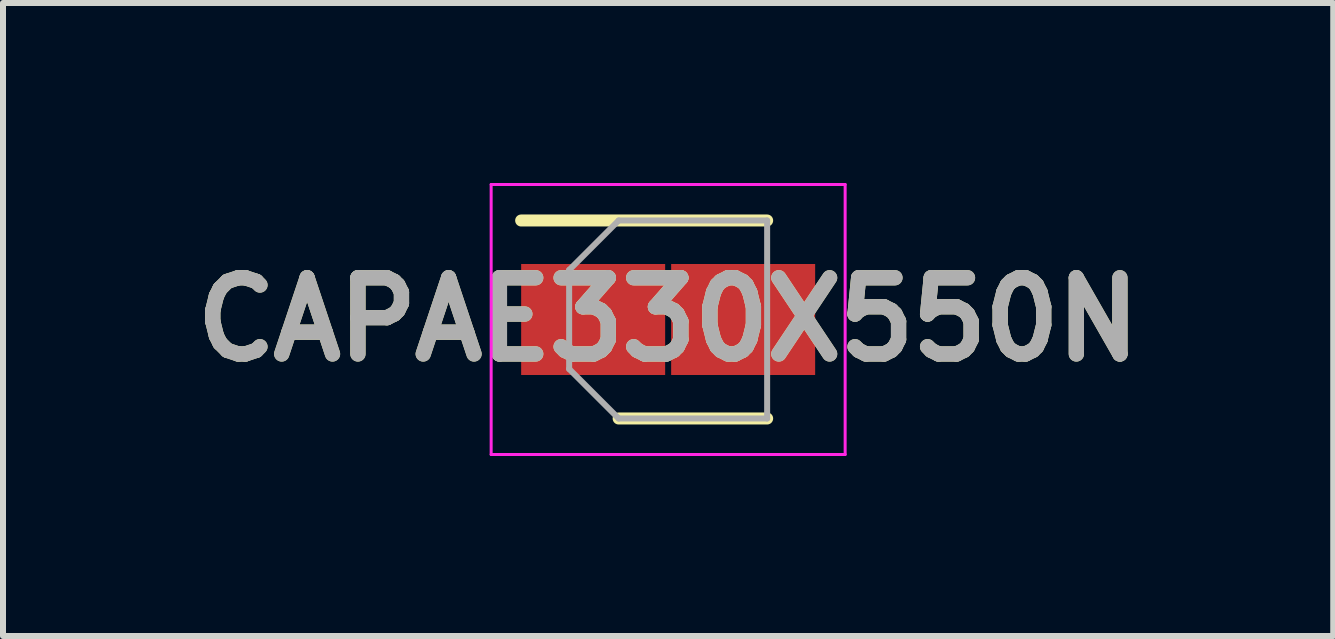
<source format=kicad_pcb>
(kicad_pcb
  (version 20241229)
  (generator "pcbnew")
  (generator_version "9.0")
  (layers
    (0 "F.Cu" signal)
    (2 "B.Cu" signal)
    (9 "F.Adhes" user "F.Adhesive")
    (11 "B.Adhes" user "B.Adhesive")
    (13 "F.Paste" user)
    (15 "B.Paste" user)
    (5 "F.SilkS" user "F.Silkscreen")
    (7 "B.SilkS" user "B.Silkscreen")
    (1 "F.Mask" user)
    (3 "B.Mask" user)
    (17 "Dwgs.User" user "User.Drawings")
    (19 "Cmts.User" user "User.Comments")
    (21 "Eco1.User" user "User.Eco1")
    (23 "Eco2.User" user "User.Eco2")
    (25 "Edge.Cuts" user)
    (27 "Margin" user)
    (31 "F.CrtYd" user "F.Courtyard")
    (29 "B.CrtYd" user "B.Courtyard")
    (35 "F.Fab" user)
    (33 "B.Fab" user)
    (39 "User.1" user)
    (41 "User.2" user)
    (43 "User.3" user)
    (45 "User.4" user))
  (footprint "CAPAE330X550N"
    (layer "F.Cu")
    (at 8.086 2.275)
    (property "Reference" "CAPAE330X550N" (at 0 0 0) (layer "F.SilkS") (effects (font (size 1.27 1.27) (thickness 0.254))))
    (attr smd)
    (fp_line (start -2.45 -1.65) (end 1.65 -1.65) (stroke (width 0.2) (type solid)) (layer "F.SilkS"))
    (fp_line (start -0.825 1.65) (end 1.65 1.65) (stroke (width 0.2) (type solid)) (layer "F.SilkS"))
    (fp_line (start -2.95 -2.25) (end 2.95 -2.25) (stroke (width 0.05) (type solid)) (layer "F.CrtYd"))
    (fp_line (start -2.95 2.25) (end -2.95 -2.25) (stroke (width 0.05) (type solid)) (layer "F.CrtYd"))
    (fp_line (start 2.95 -2.25) (end 2.95 2.25) (stroke (width 0.05) (type solid)) (layer "F.CrtYd"))
    (fp_line (start 2.95 2.25) (end -2.95 2.25) (stroke (width 0.05) (type solid)) (layer "F.CrtYd"))
    (fp_line (start -1.65 -0.825) (end -1.65 0.825) (stroke (width 0.1) (type solid)) (layer "F.Fab"))
    (fp_line (start -1.65 0.825) (end -0.825 1.65) (stroke (width 0.1) (type solid)) (layer "F.Fab"))
    (fp_line (start -0.825 -1.65) (end -1.65 -0.825) (stroke (width 0.1) (type solid)) (layer "F.Fab"))
    (fp_line (start -0.825 1.65) (end 1.65 1.65) (stroke (width 0.1) (type solid)) (layer "F.Fab"))
    (fp_line (start 1.65 -1.65) (end -0.825 -1.65) (stroke (width 0.1) (type solid)) (layer "F.Fab"))
    (fp_line (start 1.65 1.65) (end 1.65 -1.65) (stroke (width 0.1) (type solid)) (layer "F.Fab"))
    (fp_text user "${REFERENCE}" (at 0 0 0) (layer "F.Fab") (effects (font (size 1.27 1.27) (thickness 0.254))))
    (pad "1" smd rect (at -1.25 0 90) (size 1.85 2.4) (layers "F.Cu" "F.Mask" "F.Paste"))
    (pad "2" smd rect (at 1.25 0 90) (size 1.85 2.4) (layers "F.Cu" "F.Mask" "F.Paste")))
  (gr_rect
    (start -3 -3)
    (end 19.171 7.55)
    (stroke (width 0.1) (type default))
    (fill no)
    (layer "Edge.Cuts")))
</source>
